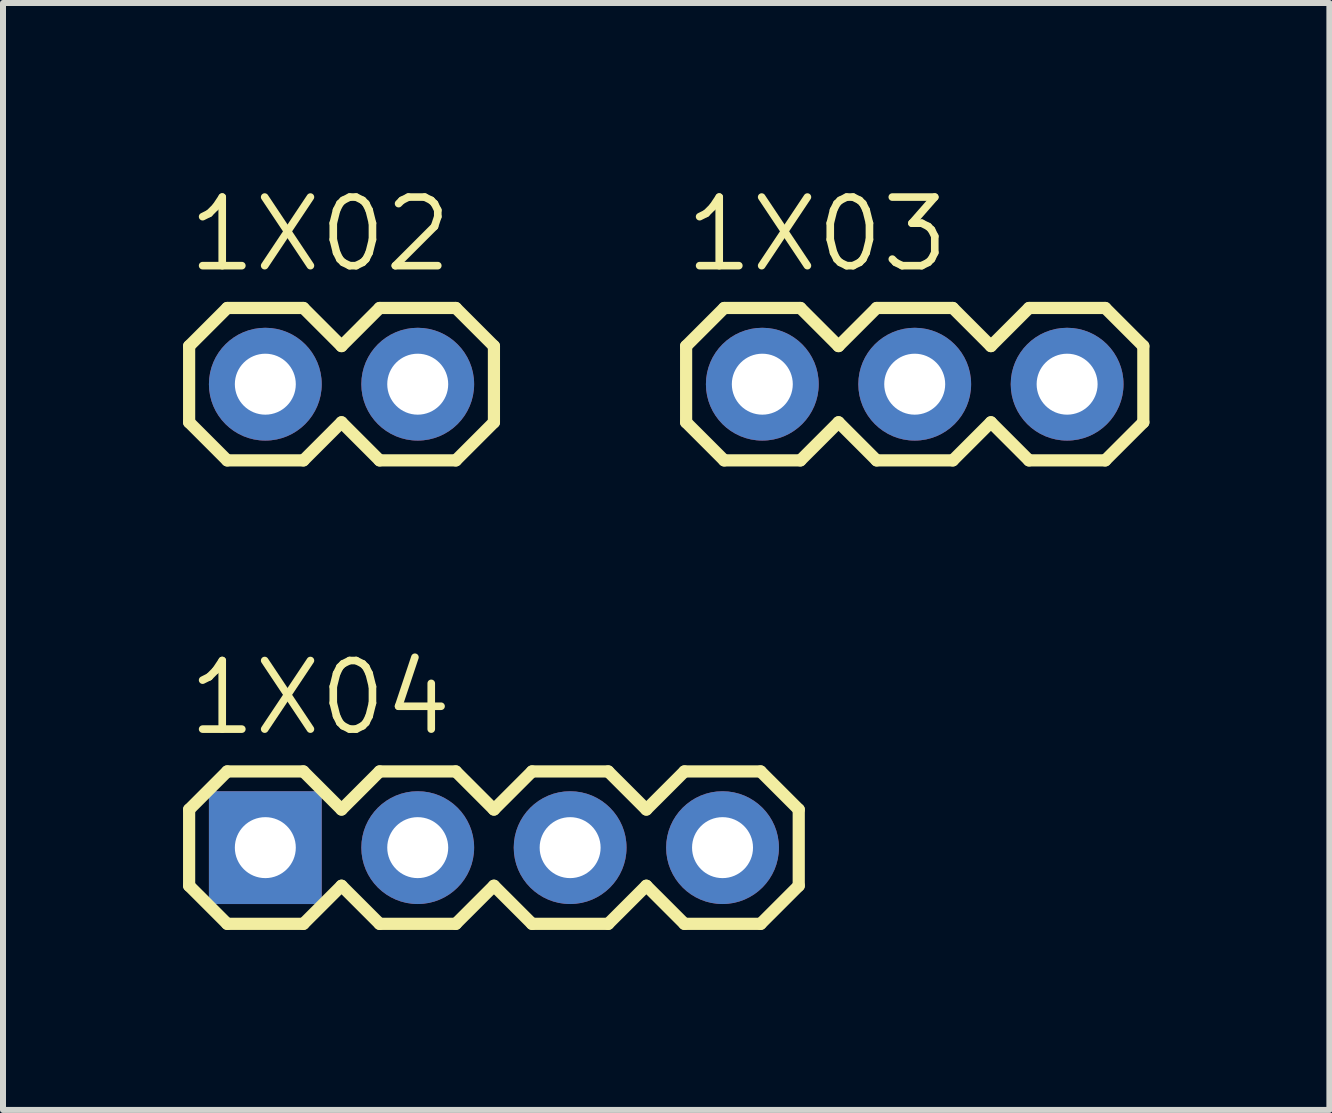
<source format=kicad_pcb>
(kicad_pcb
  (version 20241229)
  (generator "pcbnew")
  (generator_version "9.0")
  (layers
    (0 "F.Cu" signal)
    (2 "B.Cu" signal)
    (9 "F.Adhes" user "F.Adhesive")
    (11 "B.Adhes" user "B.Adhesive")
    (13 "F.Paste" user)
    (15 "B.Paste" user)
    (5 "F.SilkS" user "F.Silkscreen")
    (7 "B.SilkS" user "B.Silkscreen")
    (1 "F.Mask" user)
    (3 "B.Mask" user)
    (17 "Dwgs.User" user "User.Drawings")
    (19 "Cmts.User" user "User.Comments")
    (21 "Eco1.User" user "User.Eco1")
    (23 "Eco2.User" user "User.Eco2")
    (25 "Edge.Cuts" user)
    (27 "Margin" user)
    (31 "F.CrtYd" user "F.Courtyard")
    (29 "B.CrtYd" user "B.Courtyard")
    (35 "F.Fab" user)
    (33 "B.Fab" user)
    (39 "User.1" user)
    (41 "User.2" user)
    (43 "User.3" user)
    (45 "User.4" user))
  (footprint "1X04"
    (layer "F.Cu")
    (at 1.372 11.077)
    (property "Reference" "1X04" (at -1.346 -1.829 0) (layer "F.SilkS") (effects (font (size 1.143 1.143) (thickness 0.127)) (justify left bottom)))
    (fp_line (start -1.27 -0.635) (end -1.27 0.635) (stroke (width 0.203) (type solid)) (layer "F.SilkS"))
    (fp_line (start -1.27 0.635) (end -0.635 1.27) (stroke (width 0.203) (type solid)) (layer "F.SilkS"))
    (fp_line (start -0.635 -1.27) (end -1.27 -0.635) (stroke (width 0.203) (type solid)) (layer "F.SilkS"))
    (fp_line (start -0.635 -1.27) (end 0.635 -1.27) (stroke (width 0.203) (type solid)) (layer "F.SilkS"))
    (fp_line (start 0.635 -1.27) (end 1.27 -0.635) (stroke (width 0.203) (type solid)) (layer "F.SilkS"))
    (fp_line (start 0.635 1.27) (end -0.635 1.27) (stroke (width 0.203) (type solid)) (layer "F.SilkS"))
    (fp_line (start 1.27 -0.635) (end 1.905 -1.27) (stroke (width 0.203) (type solid)) (layer "F.SilkS"))
    (fp_line (start 1.27 0.635) (end 0.635 1.27) (stroke (width 0.203) (type solid)) (layer "F.SilkS"))
    (fp_line (start 1.905 -1.27) (end 3.175 -1.27) (stroke (width 0.203) (type solid)) (layer "F.SilkS"))
    (fp_line (start 1.905 1.27) (end 1.27 0.635) (stroke (width 0.203) (type solid)) (layer "F.SilkS"))
    (fp_line (start 3.175 -1.27) (end 3.81 -0.635) (stroke (width 0.203) (type solid)) (layer "F.SilkS"))
    (fp_line (start 3.175 1.27) (end 1.905 1.27) (stroke (width 0.203) (type solid)) (layer "F.SilkS"))
    (fp_line (start 3.81 -0.635) (end 4.445 -1.27) (stroke (width 0.203) (type solid)) (layer "F.SilkS"))
    (fp_line (start 3.81 0.635) (end 3.175 1.27) (stroke (width 0.203) (type solid)) (layer "F.SilkS"))
    (fp_line (start 4.445 -1.27) (end 5.715 -1.27) (stroke (width 0.203) (type solid)) (layer "F.SilkS"))
    (fp_line (start 4.445 1.27) (end 3.81 0.635) (stroke (width 0.203) (type solid)) (layer "F.SilkS"))
    (fp_line (start 5.715 -1.27) (end 6.35 -0.635) (stroke (width 0.203) (type solid)) (layer "F.SilkS"))
    (fp_line (start 5.715 1.27) (end 4.445 1.27) (stroke (width 0.203) (type solid)) (layer "F.SilkS"))
    (fp_line (start 6.35 0.635) (end 5.715 1.27) (stroke (width 0.203) (type solid)) (layer "F.SilkS"))
    (fp_line (start 6.35 0.635) (end 6.985 1.27) (stroke (width 0.203) (type solid)) (layer "F.SilkS"))
    (fp_line (start 6.985 -1.27) (end 6.35 -0.635) (stroke (width 0.203) (type solid)) (layer "F.SilkS"))
    (fp_line (start 6.985 -1.27) (end 8.255 -1.27) (stroke (width 0.203) (type solid)) (layer "F.SilkS"))
    (fp_line (start 8.255 -1.27) (end 8.89 -0.635) (stroke (width 0.203) (type solid)) (layer "F.SilkS"))
    (fp_line (start 8.255 1.27) (end 6.985 1.27) (stroke (width 0.203) (type solid)) (layer "F.SilkS"))
    (fp_line (start 8.89 -0.635) (end 8.89 0.635) (stroke (width 0.203) (type solid)) (layer "F.SilkS"))
    (fp_line (start 8.89 0.635) (end 8.255 1.27) (stroke (width 0.203) (type solid)) (layer "F.SilkS"))
    (fp_poly (pts (xy -0.254 0.254) (xy 0.254 0.254) (xy 0.254 -0.254) (xy -0.254 -0.254)) (stroke (width 0.1) (type solid)) (fill no) (layer "F.Fab"))
    (fp_poly (pts (xy 2.286 0.254) (xy 2.794 0.254) (xy 2.794 -0.254) (xy 2.286 -0.254)) (stroke (width 0.1) (type solid)) (fill no) (layer "F.Fab"))
    (fp_poly (pts (xy 4.826 0.254) (xy 5.334 0.254) (xy 5.334 -0.254) (xy 4.826 -0.254)) (stroke (width 0.1) (type solid)) (fill no) (layer "F.Fab"))
    (fp_poly (pts (xy 7.366 0.254) (xy 7.874 0.254) (xy 7.874 -0.254) (xy 7.366 -0.254)) (stroke (width 0.1) (type solid)) (fill no) (layer "F.Fab"))
    (pad "1" thru_hole rect (at 0 0 90) (size 1.88 1.88) (drill 1.016) (layers "*.Cu" "*.Mask"))
    (pad "2" thru_hole circle (at 2.54 0 90) (size 1.88 1.88) (drill 1.016) (layers "*.Cu" "*.Mask"))
    (pad "3" thru_hole circle (at 5.08 0 90) (size 1.88 1.88) (drill 1.016) (layers "*.Cu" "*.Mask"))
    (pad "4" thru_hole circle (at 7.62 0 90) (size 1.88 1.88) (drill 1.016) (layers "*.Cu" "*.Mask")))
  (footprint "1X02"
    (layer "F.Cu")
    (at 1.372 3.353)
    (property "Reference" "1X02" (at -1.346 -1.829 0) (layer "F.SilkS") (effects (font (size 1.143 1.143) (thickness 0.127)) (justify left bottom)))
    (fp_line (start -1.27 -0.635) (end -1.27 0.635) (stroke (width 0.203) (type solid)) (layer "F.SilkS"))
    (fp_line (start -1.27 0.635) (end -0.635 1.27) (stroke (width 0.203) (type solid)) (layer "F.SilkS"))
    (fp_line (start -0.635 -1.27) (end -1.27 -0.635) (stroke (width 0.203) (type solid)) (layer "F.SilkS"))
    (fp_line (start -0.635 -1.27) (end 0.635 -1.27) (stroke (width 0.203) (type solid)) (layer "F.SilkS"))
    (fp_line (start 0.635 -1.27) (end 1.27 -0.635) (stroke (width 0.203) (type solid)) (layer "F.SilkS"))
    (fp_line (start 0.635 1.27) (end -0.635 1.27) (stroke (width 0.203) (type solid)) (layer "F.SilkS"))
    (fp_line (start 1.27 -0.635) (end 1.905 -1.27) (stroke (width 0.203) (type solid)) (layer "F.SilkS"))
    (fp_line (start 1.27 0.635) (end 0.635 1.27) (stroke (width 0.203) (type solid)) (layer "F.SilkS"))
    (fp_line (start 1.905 -1.27) (end 3.175 -1.27) (stroke (width 0.203) (type solid)) (layer "F.SilkS"))
    (fp_line (start 1.905 1.27) (end 1.27 0.635) (stroke (width 0.203) (type solid)) (layer "F.SilkS"))
    (fp_line (start 3.175 -1.27) (end 3.81 -0.635) (stroke (width 0.203) (type solid)) (layer "F.SilkS"))
    (fp_line (start 3.175 1.27) (end 1.905 1.27) (stroke (width 0.203) (type solid)) (layer "F.SilkS"))
    (fp_line (start 3.81 -0.635) (end 3.81 0.635) (stroke (width 0.203) (type solid)) (layer "F.SilkS"))
    (fp_line (start 3.81 0.635) (end 3.175 1.27) (stroke (width 0.203) (type solid)) (layer "F.SilkS"))
    (fp_poly (pts (xy -0.254 0.254) (xy 0.254 0.254) (xy 0.254 -0.254) (xy -0.254 -0.254)) (stroke (width 0.1) (type solid)) (fill no) (layer "F.Fab"))
    (fp_poly (pts (xy 2.286 0.254) (xy 2.794 0.254) (xy 2.794 -0.254) (xy 2.286 -0.254)) (stroke (width 0.1) (type solid)) (fill no) (layer "F.Fab"))
    (pad "1" thru_hole circle (at 0 0 90) (size 1.88 1.88) (drill 1.016) (layers "*.Cu" "*.Mask"))
    (pad "2" thru_hole circle (at 2.54 0 90) (size 1.88 1.88) (drill 1.016) (layers "*.Cu" "*.Mask")))
  (footprint "1X03"
    (layer "F.Cu")
    (at 9.655 3.353)
    (property "Reference" "1X03" (at -1.346 -1.829 0) (layer "F.SilkS") (effects (font (size 1.143 1.143) (thickness 0.127)) (justify left bottom)))
    (fp_line (start -1.27 -0.635) (end -1.27 0.635) (stroke (width 0.203) (type solid)) (layer "F.SilkS"))
    (fp_line (start -1.27 0.635) (end -0.635 1.27) (stroke (width 0.203) (type solid)) (layer "F.SilkS"))
    (fp_line (start -0.635 -1.27) (end -1.27 -0.635) (stroke (width 0.203) (type solid)) (layer "F.SilkS"))
    (fp_line (start -0.635 -1.27) (end 0.635 -1.27) (stroke (width 0.203) (type solid)) (layer "F.SilkS"))
    (fp_line (start 0.635 -1.27) (end 1.27 -0.635) (stroke (width 0.203) (type solid)) (layer "F.SilkS"))
    (fp_line (start 0.635 1.27) (end -0.635 1.27) (stroke (width 0.203) (type solid)) (layer "F.SilkS"))
    (fp_line (start 1.27 -0.635) (end 1.905 -1.27) (stroke (width 0.203) (type solid)) (layer "F.SilkS"))
    (fp_line (start 1.27 0.635) (end 0.635 1.27) (stroke (width 0.203) (type solid)) (layer "F.SilkS"))
    (fp_line (start 1.905 -1.27) (end 3.175 -1.27) (stroke (width 0.203) (type solid)) (layer "F.SilkS"))
    (fp_line (start 1.905 1.27) (end 1.27 0.635) (stroke (width 0.203) (type solid)) (layer "F.SilkS"))
    (fp_line (start 3.175 -1.27) (end 3.81 -0.635) (stroke (width 0.203) (type solid)) (layer "F.SilkS"))
    (fp_line (start 3.175 1.27) (end 1.905 1.27) (stroke (width 0.203) (type solid)) (layer "F.SilkS"))
    (fp_line (start 3.81 -0.635) (end 4.445 -1.27) (stroke (width 0.203) (type solid)) (layer "F.SilkS"))
    (fp_line (start 3.81 0.635) (end 3.175 1.27) (stroke (width 0.203) (type solid)) (layer "F.SilkS"))
    (fp_line (start 4.445 -1.27) (end 5.715 -1.27) (stroke (width 0.203) (type solid)) (layer "F.SilkS"))
    (fp_line (start 4.445 1.27) (end 3.81 0.635) (stroke (width 0.203) (type solid)) (layer "F.SilkS"))
    (fp_line (start 5.715 -1.27) (end 6.35 -0.635) (stroke (width 0.203) (type solid)) (layer "F.SilkS"))
    (fp_line (start 5.715 1.27) (end 4.445 1.27) (stroke (width 0.203) (type solid)) (layer "F.SilkS"))
    (fp_line (start 6.35 -0.635) (end 6.35 0.635) (stroke (width 0.203) (type solid)) (layer "F.SilkS"))
    (fp_line (start 6.35 0.635) (end 5.715 1.27) (stroke (width 0.203) (type solid)) (layer "F.SilkS"))
    (fp_poly (pts (xy -0.254 0.254) (xy 0.254 0.254) (xy 0.254 -0.254) (xy -0.254 -0.254)) (stroke (width 0.1) (type solid)) (fill no) (layer "F.Fab"))
    (fp_poly (pts (xy 2.286 0.254) (xy 2.794 0.254) (xy 2.794 -0.254) (xy 2.286 -0.254)) (stroke (width 0.1) (type solid)) (fill no) (layer "F.Fab"))
    (fp_poly (pts (xy 4.826 0.254) (xy 5.334 0.254) (xy 5.334 -0.254) (xy 4.826 -0.254)) (stroke (width 0.1) (type solid)) (fill no) (layer "F.Fab"))
    (pad "1" thru_hole circle (at 0 0 90) (size 1.88 1.88) (drill 1.016) (layers "*.Cu" "*.Mask"))
    (pad "2" thru_hole circle (at 2.54 0 90) (size 1.88 1.88) (drill 1.016) (layers "*.Cu" "*.Mask"))
    (pad "3" thru_hole circle (at 5.08 0 90) (size 1.88 1.88) (drill 1.016) (layers "*.Cu" "*.Mask")))
  (gr_rect
    (start -3 -3)
    (end 19.106 15.449)
    (stroke (width 0.1) (type default))
    (fill no)
    (layer "Edge.Cuts")))
</source>
